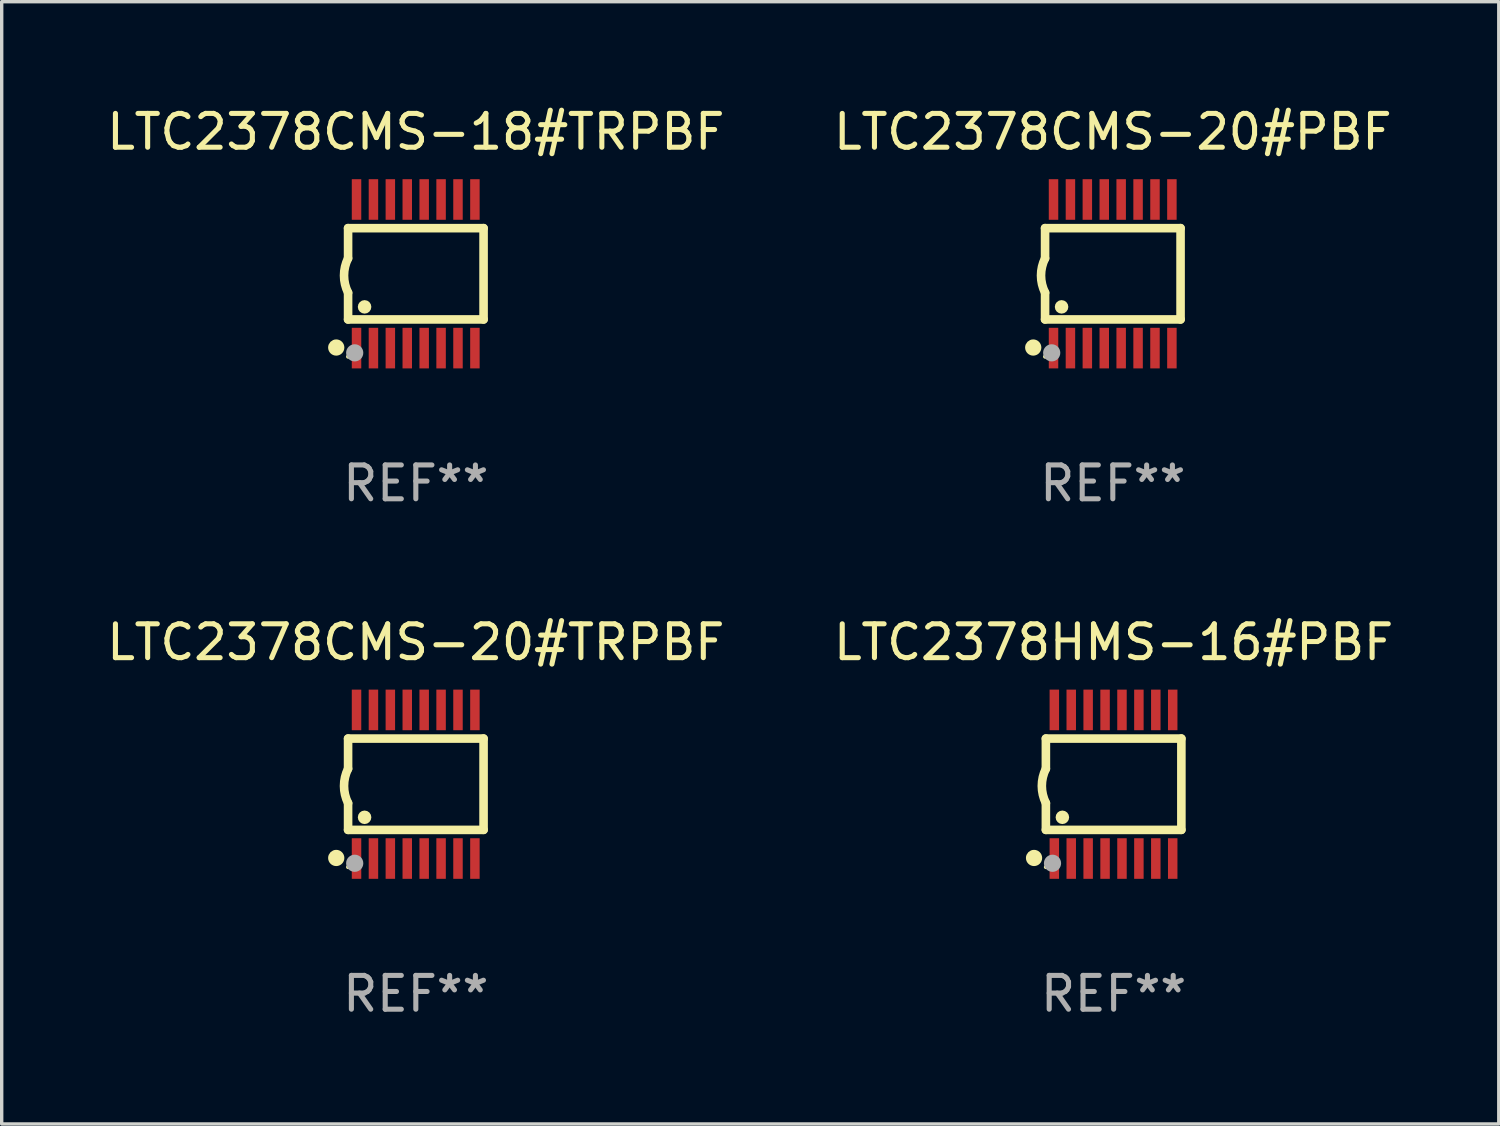
<source format=kicad_pcb>
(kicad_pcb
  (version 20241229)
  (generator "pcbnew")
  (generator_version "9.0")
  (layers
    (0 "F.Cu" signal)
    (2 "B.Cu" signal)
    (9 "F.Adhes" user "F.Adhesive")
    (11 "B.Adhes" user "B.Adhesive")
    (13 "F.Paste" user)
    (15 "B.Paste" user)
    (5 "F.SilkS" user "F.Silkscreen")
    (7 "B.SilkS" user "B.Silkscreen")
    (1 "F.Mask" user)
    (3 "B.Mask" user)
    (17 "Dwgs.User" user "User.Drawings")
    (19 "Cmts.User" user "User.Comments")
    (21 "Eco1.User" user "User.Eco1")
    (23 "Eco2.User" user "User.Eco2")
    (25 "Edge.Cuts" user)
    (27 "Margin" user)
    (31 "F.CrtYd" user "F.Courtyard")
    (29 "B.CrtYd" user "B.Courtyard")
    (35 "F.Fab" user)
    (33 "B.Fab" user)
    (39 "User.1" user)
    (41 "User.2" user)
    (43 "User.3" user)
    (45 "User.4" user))
  (footprint "LTC2378CMS-20#TRPBF"
    (layer "F.Cu")
    (at 9.244 20.136)
    (property "Reference" "LTC2378CMS-20#TRPBF" (at 0 -4.197 0) (layer "F.SilkS") (effects (font (size 1 1) (thickness 0.15))))
    (attr through_hole)
    (fp_line (start -2.003 -1.35) (end -2.003 -0.457) (stroke (width 0.254) (type solid)) (layer "F.SilkS"))
    (fp_line (start -2.003 -1.35) (end 2.003 -1.35) (stroke (width 0.254) (type solid)) (layer "F.SilkS"))
    (fp_line (start -2.003 1.35) (end -2.003 0.559) (stroke (width 0.254) (type solid)) (layer "F.SilkS"))
    (fp_line (start -2.003 1.35) (end 2.003 1.35) (stroke (width 0.254) (type solid)) (layer "F.SilkS"))
    (fp_line (start 2.003 -1.35) (end 2.003 1.35) (stroke (width 0.254) (type solid)) (layer "F.SilkS"))
    (fp_arc (start -2.002286 0.558802) (mid -2.122556 0.05092) (end -2.003302 -0.457201) (stroke (width 0.254001) (type solid)) (layer "F.SilkS"))
    (fp_circle (center -2.353 2.18) (end -2.233 2.18) (stroke (width 0.24) (type solid)) (fill no) (layer "F.SilkS"))
    (fp_circle (center -2.003 2.45) (end -1.973 2.45) (stroke (width 0.06) (type solid)) (fill no) (layer "F.SilkS"))
    (fp_circle (center -1.515 0.978) (end -1.415 0.978) (stroke (width 0.2) (type solid)) (fill no) (layer "F.SilkS"))
    (fp_circle (center -1.807 2.337) (end -1.68 2.337) (stroke (width 0.254) (type solid)) (fill no) (layer "F.Fab"))
    (fp_text user "REF**" (at 0 6.197 0) (layer "F.Fab") (effects (font (size 1 1) (thickness 0.15))))
    (pad "1" smd rect (at -1.753 2.197 90) (size 1.2 0.28) (layers "F.Cu" "F.Mask" "F.Paste"))
    (pad "2" smd rect (at -1.253 2.197 90) (size 1.2 0.28) (layers "F.Cu" "F.Mask" "F.Paste"))
    (pad "3" smd rect (at -0.753 2.197 90) (size 1.2 0.28) (layers "F.Cu" "F.Mask" "F.Paste"))
    (pad "4" smd rect (at -0.253 2.197 90) (size 1.2 0.28) (layers "F.Cu" "F.Mask" "F.Paste"))
    (pad "5" smd rect (at 0.247 2.197 90) (size 1.2 0.28) (layers "F.Cu" "F.Mask" "F.Paste"))
    (pad "6" smd rect (at 0.747 2.197 90) (size 1.2 0.28) (layers "F.Cu" "F.Mask" "F.Paste"))
    (pad "7" smd rect (at 1.247 2.197 90) (size 1.2 0.28) (layers "F.Cu" "F.Mask" "F.Paste"))
    (pad "8" smd rect (at 1.747 2.197 90) (size 1.2 0.28) (layers "F.Cu" "F.Mask" "F.Paste"))
    (pad "9" smd rect (at 1.747 -2.197 90) (size 1.2 0.28) (layers "F.Cu" "F.Mask" "F.Paste"))
    (pad "10" smd rect (at 1.247 -2.197 90) (size 1.2 0.28) (layers "F.Cu" "F.Mask" "F.Paste"))
    (pad "11" smd rect (at 0.747 -2.197 90) (size 1.2 0.28) (layers "F.Cu" "F.Mask" "F.Paste"))
    (pad "12" smd rect (at 0.247 -2.197 90) (size 1.2 0.28) (layers "F.Cu" "F.Mask" "F.Paste"))
    (pad "13" smd rect (at -0.253 -2.197 90) (size 1.2 0.28) (layers "F.Cu" "F.Mask" "F.Paste"))
    (pad "14" smd rect (at -0.753 -2.197 90) (size 1.2 0.28) (layers "F.Cu" "F.Mask" "F.Paste"))
    (pad "15" smd rect (at -1.253 -2.197 90) (size 1.2 0.28) (layers "F.Cu" "F.Mask" "F.Paste"))
    (pad "16" smd rect (at -1.753 -2.197 90) (size 1.2 0.28) (layers "F.Cu" "F.Mask" "F.Paste")))
  (footprint "LTC2378CMS-20#PBF"
    (layer "F.Cu")
    (at 29.851 5.045)
    (property "Reference" "LTC2378CMS-20#PBF" (at 0 -4.197 0) (layer "F.SilkS") (effects (font (size 1 1) (thickness 0.15))))
    (attr through_hole)
    (fp_line (start -2.003 -1.35) (end -2.003 -0.457) (stroke (width 0.254) (type solid)) (layer "F.SilkS"))
    (fp_line (start -2.003 -1.35) (end 2.003 -1.35) (stroke (width 0.254) (type solid)) (layer "F.SilkS"))
    (fp_line (start -2.003 1.35) (end -2.003 0.559) (stroke (width 0.254) (type solid)) (layer "F.SilkS"))
    (fp_line (start -2.003 1.35) (end 2.003 1.35) (stroke (width 0.254) (type solid)) (layer "F.SilkS"))
    (fp_line (start 2.003 -1.35) (end 2.003 1.35) (stroke (width 0.254) (type solid)) (layer "F.SilkS"))
    (fp_arc (start -2.002286 0.558802) (mid -2.122556 0.05092) (end -2.003302 -0.457201) (stroke (width 0.254001) (type solid)) (layer "F.SilkS"))
    (fp_circle (center -2.353 2.18) (end -2.233 2.18) (stroke (width 0.24) (type solid)) (fill no) (layer "F.SilkS"))
    (fp_circle (center -2.003 2.45) (end -1.973 2.45) (stroke (width 0.06) (type solid)) (fill no) (layer "F.SilkS"))
    (fp_circle (center -1.515 0.978) (end -1.415 0.978) (stroke (width 0.2) (type solid)) (fill no) (layer "F.SilkS"))
    (fp_circle (center -1.807 2.337) (end -1.68 2.337) (stroke (width 0.254) (type solid)) (fill no) (layer "F.Fab"))
    (fp_text user "REF**" (at 0 6.197 0) (layer "F.Fab") (effects (font (size 1 1) (thickness 0.15))))
    (pad "1" smd rect (at -1.753 2.197 90) (size 1.2 0.28) (layers "F.Cu" "F.Mask" "F.Paste"))
    (pad "2" smd rect (at -1.253 2.197 90) (size 1.2 0.28) (layers "F.Cu" "F.Mask" "F.Paste"))
    (pad "3" smd rect (at -0.753 2.197 90) (size 1.2 0.28) (layers "F.Cu" "F.Mask" "F.Paste"))
    (pad "4" smd rect (at -0.253 2.197 90) (size 1.2 0.28) (layers "F.Cu" "F.Mask" "F.Paste"))
    (pad "5" smd rect (at 0.247 2.197 90) (size 1.2 0.28) (layers "F.Cu" "F.Mask" "F.Paste"))
    (pad "6" smd rect (at 0.747 2.197 90) (size 1.2 0.28) (layers "F.Cu" "F.Mask" "F.Paste"))
    (pad "7" smd rect (at 1.247 2.197 90) (size 1.2 0.28) (layers "F.Cu" "F.Mask" "F.Paste"))
    (pad "8" smd rect (at 1.747 2.197 90) (size 1.2 0.28) (layers "F.Cu" "F.Mask" "F.Paste"))
    (pad "9" smd rect (at 1.747 -2.197 90) (size 1.2 0.28) (layers "F.Cu" "F.Mask" "F.Paste"))
    (pad "10" smd rect (at 1.247 -2.197 90) (size 1.2 0.28) (layers "F.Cu" "F.Mask" "F.Paste"))
    (pad "11" smd rect (at 0.747 -2.197 90) (size 1.2 0.28) (layers "F.Cu" "F.Mask" "F.Paste"))
    (pad "12" smd rect (at 0.247 -2.197 90) (size 1.2 0.28) (layers "F.Cu" "F.Mask" "F.Paste"))
    (pad "13" smd rect (at -0.253 -2.197 90) (size 1.2 0.28) (layers "F.Cu" "F.Mask" "F.Paste"))
    (pad "14" smd rect (at -0.753 -2.197 90) (size 1.2 0.28) (layers "F.Cu" "F.Mask" "F.Paste"))
    (pad "15" smd rect (at -1.253 -2.197 90) (size 1.2 0.28) (layers "F.Cu" "F.Mask" "F.Paste"))
    (pad "16" smd rect (at -1.753 -2.197 90) (size 1.2 0.28) (layers "F.Cu" "F.Mask" "F.Paste")))
  (footprint "LTC2378HMS-16#PBF"
    (layer "F.Cu")
    (at 29.875 20.136)
    (property "Reference" "LTC2378HMS-16#PBF" (at 0 -4.197 0) (layer "F.SilkS") (effects (font (size 1 1) (thickness 0.15))))
    (attr through_hole)
    (fp_line (start -2.003 -1.35) (end -2.003 -0.457) (stroke (width 0.254) (type solid)) (layer "F.SilkS"))
    (fp_line (start -2.003 -1.35) (end 2.003 -1.35) (stroke (width 0.254) (type solid)) (layer "F.SilkS"))
    (fp_line (start -2.003 1.35) (end -2.003 0.559) (stroke (width 0.254) (type solid)) (layer "F.SilkS"))
    (fp_line (start -2.003 1.35) (end 2.003 1.35) (stroke (width 0.254) (type solid)) (layer "F.SilkS"))
    (fp_line (start 2.003 -1.35) (end 2.003 1.35) (stroke (width 0.254) (type solid)) (layer "F.SilkS"))
    (fp_arc (start -2.002286 0.558802) (mid -2.122556 0.05092) (end -2.003302 -0.457201) (stroke (width 0.254001) (type solid)) (layer "F.SilkS"))
    (fp_circle (center -2.353 2.18) (end -2.233 2.18) (stroke (width 0.24) (type solid)) (fill no) (layer "F.SilkS"))
    (fp_circle (center -2.003 2.45) (end -1.973 2.45) (stroke (width 0.06) (type solid)) (fill no) (layer "F.SilkS"))
    (fp_circle (center -1.515 0.978) (end -1.415 0.978) (stroke (width 0.2) (type solid)) (fill no) (layer "F.SilkS"))
    (fp_circle (center -1.807 2.337) (end -1.68 2.337) (stroke (width 0.254) (type solid)) (fill no) (layer "F.Fab"))
    (fp_text user "REF**" (at 0 6.197 0) (layer "F.Fab") (effects (font (size 1 1) (thickness 0.15))))
    (pad "1" smd rect (at -1.753 2.197 90) (size 1.2 0.28) (layers "F.Cu" "F.Mask" "F.Paste"))
    (pad "2" smd rect (at -1.253 2.197 90) (size 1.2 0.28) (layers "F.Cu" "F.Mask" "F.Paste"))
    (pad "3" smd rect (at -0.753 2.197 90) (size 1.2 0.28) (layers "F.Cu" "F.Mask" "F.Paste"))
    (pad "4" smd rect (at -0.253 2.197 90) (size 1.2 0.28) (layers "F.Cu" "F.Mask" "F.Paste"))
    (pad "5" smd rect (at 0.247 2.197 90) (size 1.2 0.28) (layers "F.Cu" "F.Mask" "F.Paste"))
    (pad "6" smd rect (at 0.747 2.197 90) (size 1.2 0.28) (layers "F.Cu" "F.Mask" "F.Paste"))
    (pad "7" smd rect (at 1.247 2.197 90) (size 1.2 0.28) (layers "F.Cu" "F.Mask" "F.Paste"))
    (pad "8" smd rect (at 1.747 2.197 90) (size 1.2 0.28) (layers "F.Cu" "F.Mask" "F.Paste"))
    (pad "9" smd rect (at 1.747 -2.197 90) (size 1.2 0.28) (layers "F.Cu" "F.Mask" "F.Paste"))
    (pad "10" smd rect (at 1.247 -2.197 90) (size 1.2 0.28) (layers "F.Cu" "F.Mask" "F.Paste"))
    (pad "11" smd rect (at 0.747 -2.197 90) (size 1.2 0.28) (layers "F.Cu" "F.Mask" "F.Paste"))
    (pad "12" smd rect (at 0.247 -2.197 90) (size 1.2 0.28) (layers "F.Cu" "F.Mask" "F.Paste"))
    (pad "13" smd rect (at -0.253 -2.197 90) (size 1.2 0.28) (layers "F.Cu" "F.Mask" "F.Paste"))
    (pad "14" smd rect (at -0.753 -2.197 90) (size 1.2 0.28) (layers "F.Cu" "F.Mask" "F.Paste"))
    (pad "15" smd rect (at -1.253 -2.197 90) (size 1.2 0.28) (layers "F.Cu" "F.Mask" "F.Paste"))
    (pad "16" smd rect (at -1.753 -2.197 90) (size 1.2 0.28) (layers "F.Cu" "F.Mask" "F.Paste")))
  (footprint "LTC2378CMS-18#TRPBF"
    (layer "F.Cu")
    (at 9.244 5.045)
    (property "Reference" "LTC2378CMS-18#TRPBF" (at 0 -4.197 0) (layer "F.SilkS") (effects (font (size 1 1) (thickness 0.15))))
    (attr through_hole)
    (fp_line (start -2.003 -1.35) (end -2.003 -0.457) (stroke (width 0.254) (type solid)) (layer "F.SilkS"))
    (fp_line (start -2.003 -1.35) (end 2.003 -1.35) (stroke (width 0.254) (type solid)) (layer "F.SilkS"))
    (fp_line (start -2.003 1.35) (end -2.003 0.559) (stroke (width 0.254) (type solid)) (layer "F.SilkS"))
    (fp_line (start -2.003 1.35) (end 2.003 1.35) (stroke (width 0.254) (type solid)) (layer "F.SilkS"))
    (fp_line (start 2.003 -1.35) (end 2.003 1.35) (stroke (width 0.254) (type solid)) (layer "F.SilkS"))
    (fp_arc (start -2.002286 0.558802) (mid -2.122556 0.05092) (end -2.003302 -0.457201) (stroke (width 0.254001) (type solid)) (layer "F.SilkS"))
    (fp_circle (center -2.353 2.18) (end -2.233 2.18) (stroke (width 0.24) (type solid)) (fill no) (layer "F.SilkS"))
    (fp_circle (center -2.003 2.45) (end -1.973 2.45) (stroke (width 0.06) (type solid)) (fill no) (layer "F.SilkS"))
    (fp_circle (center -1.515 0.978) (end -1.415 0.978) (stroke (width 0.2) (type solid)) (fill no) (layer "F.SilkS"))
    (fp_circle (center -1.807 2.337) (end -1.68 2.337) (stroke (width 0.254) (type solid)) (fill no) (layer "F.Fab"))
    (fp_text user "REF**" (at 0 6.197 0) (layer "F.Fab") (effects (font (size 1 1) (thickness 0.15))))
    (pad "1" smd rect (at -1.753 2.197 90) (size 1.2 0.28) (layers "F.Cu" "F.Mask" "F.Paste"))
    (pad "2" smd rect (at -1.253 2.197 90) (size 1.2 0.28) (layers "F.Cu" "F.Mask" "F.Paste"))
    (pad "3" smd rect (at -0.753 2.197 90) (size 1.2 0.28) (layers "F.Cu" "F.Mask" "F.Paste"))
    (pad "4" smd rect (at -0.253 2.197 90) (size 1.2 0.28) (layers "F.Cu" "F.Mask" "F.Paste"))
    (pad "5" smd rect (at 0.247 2.197 90) (size 1.2 0.28) (layers "F.Cu" "F.Mask" "F.Paste"))
    (pad "6" smd rect (at 0.747 2.197 90) (size 1.2 0.28) (layers "F.Cu" "F.Mask" "F.Paste"))
    (pad "7" smd rect (at 1.247 2.197 90) (size 1.2 0.28) (layers "F.Cu" "F.Mask" "F.Paste"))
    (pad "8" smd rect (at 1.747 2.197 90) (size 1.2 0.28) (layers "F.Cu" "F.Mask" "F.Paste"))
    (pad "9" smd rect (at 1.747 -2.197 90) (size 1.2 0.28) (layers "F.Cu" "F.Mask" "F.Paste"))
    (pad "10" smd rect (at 1.247 -2.197 90) (size 1.2 0.28) (layers "F.Cu" "F.Mask" "F.Paste"))
    (pad "11" smd rect (at 0.747 -2.197 90) (size 1.2 0.28) (layers "F.Cu" "F.Mask" "F.Paste"))
    (pad "12" smd rect (at 0.247 -2.197 90) (size 1.2 0.28) (layers "F.Cu" "F.Mask" "F.Paste"))
    (pad "13" smd rect (at -0.253 -2.197 90) (size 1.2 0.28) (layers "F.Cu" "F.Mask" "F.Paste"))
    (pad "14" smd rect (at -0.753 -2.197 90) (size 1.2 0.28) (layers "F.Cu" "F.Mask" "F.Paste"))
    (pad "15" smd rect (at -1.253 -2.197 90) (size 1.2 0.28) (layers "F.Cu" "F.Mask" "F.Paste"))
    (pad "16" smd rect (at -1.753 -2.197 90) (size 1.2 0.28) (layers "F.Cu" "F.Mask" "F.Paste")))
  (gr_rect
    (start -3 -3)
    (end 41.262 30.181)
    (stroke (width 0.1) (type default))
    (fill no)
    (layer "Edge.Cuts")))
</source>
